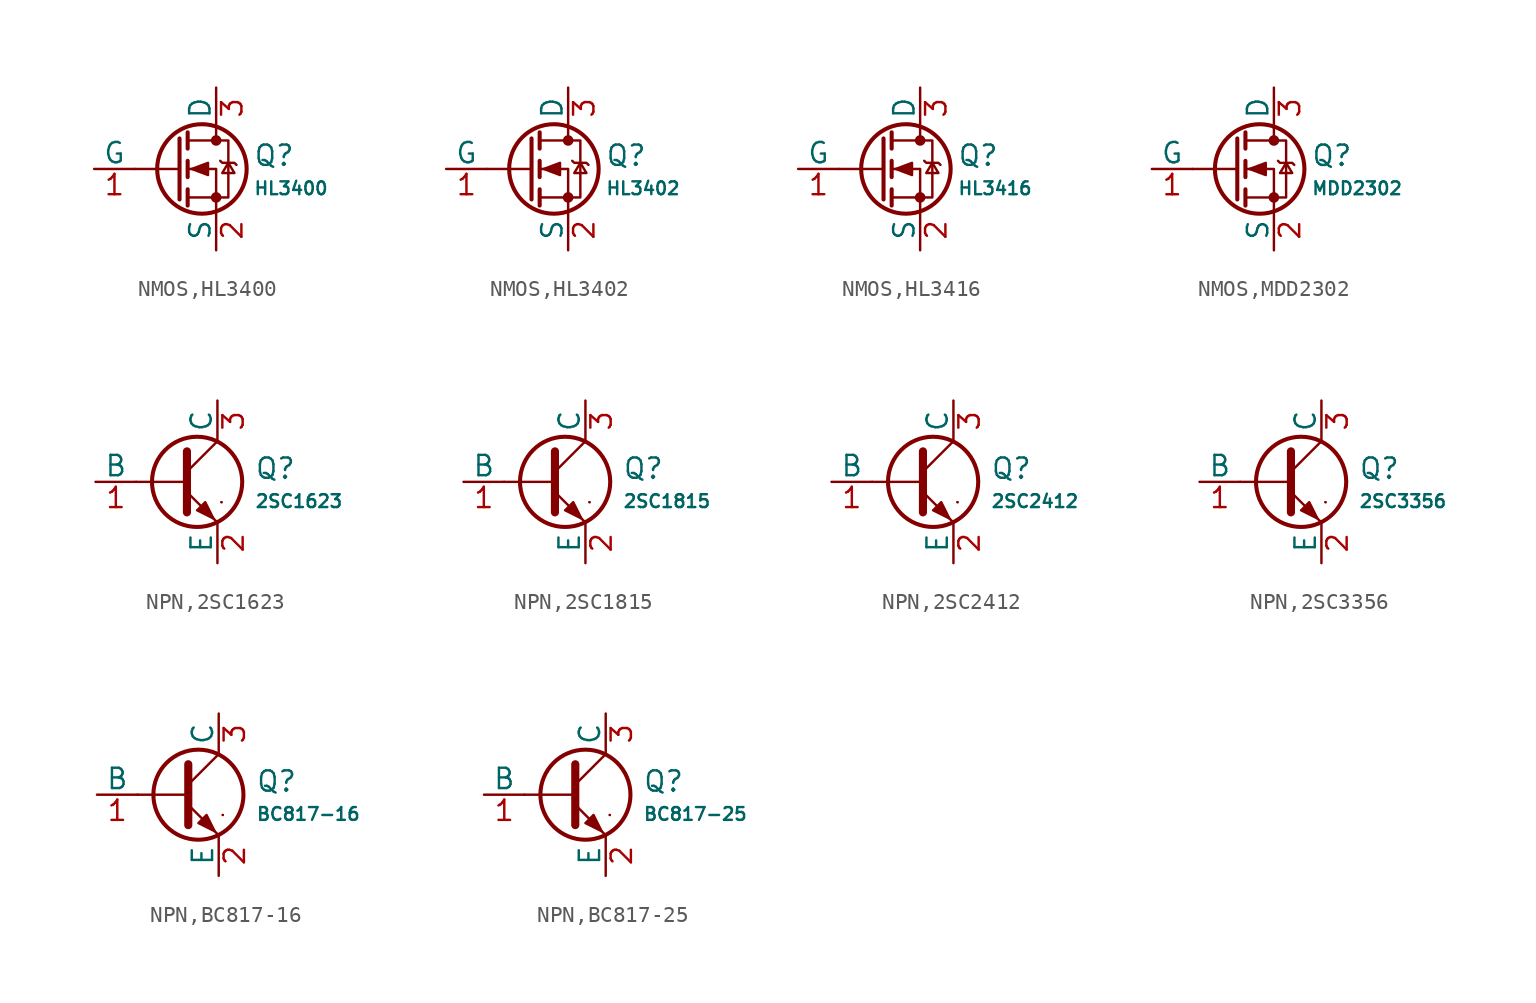
<source format=kicad_sym>
(kicad_symbol_lib
  (version 20231120)
  (generator "CDFER")
  (generator_version "8.0")
  (symbol "NMOS,HL3400"
    (pin_names
      (offset 0))
    (property "Reference" "Q"
      (at 4.851 0.834 0)
      (effects (font (size 1.27 1.27)) (justify left)))
    (property "Value" "HL3400"
      (at 4.851 -1.212 0)
      (effects (font (size 0.8 0.8)) (justify left)))
    (symbol "NMOS,HL3400_0_1"
      (polyline (pts (xy 0.254 0) (xy -2.54 0)) (stroke (width 0) (type default)) (fill (type none)))
      (polyline (pts (xy 0.254 1.905) (xy 0.254 -1.905)) (stroke (width 0.254) (type default)) (fill (type none)))
      (polyline (pts (xy 0.762 -1.27) (xy 0.762 -2.286)) (stroke (width 0.254) (type default)) (fill (type none)))
      (polyline (pts (xy 0.762 0.508) (xy 0.762 -0.508)) (stroke (width 0.254) (type default)) (fill (type none)))
      (polyline (pts (xy 0.762 2.286) (xy 0.762 1.27)) (stroke (width 0.254) (type default)) (fill (type none)))
      (polyline (pts (xy 2.54 2.54) (xy 2.54 1.778)) (stroke (width 0) (type default)) (fill (type none)))
      (polyline (pts (xy 2.54 -2.54) (xy 2.54 0) (xy 0.762 0)) (stroke (width 0) (type default)) (fill (type none)))
      (polyline (pts (xy 0.762 -1.778) (xy 3.302 -1.778) (xy 3.302 1.778) (xy 0.762 1.778)) (stroke (width 0) (type default)) (fill (type none)))
      (polyline (pts (xy 1.016 0) (xy 2.032 0.381) (xy 2.032 -0.381) (xy 1.016 0)) (stroke (width 0) (type default)) (fill (type outline)))
      (polyline (pts (xy 2.794 0.508) (xy 2.921 0.381) (xy 3.683 0.381) (xy 3.81 0.254)) (stroke (width 0) (type default)) (fill (type none)))
      (polyline (pts (xy 3.302 0.381) (xy 2.921 -0.254) (xy 3.683 -0.254) (xy 3.302 0.381)) (stroke (width 0) (type default)) (fill (type none)))
      (circle (center 1.651 0) (radius 2.794) (stroke (width 0.254) (type default)) (fill (type none)))
      (circle (center 2.54 -1.778) (radius 0.254) (stroke (width 0) (type default)) (fill (type outline)))
      (circle (center 2.54 1.778) (radius 0.254) (stroke (width 0) (type default)) (fill (type outline))))
    (symbol "NMOS,HL3400_1_1"
      (pin passive line (at 2.54 5.08 270) (length 2.54) (name "D" (effects (font (size 1.27 1.27)))) (number "3" (effects (font (size 1.27 1.27)))))
      (pin input line (at -5.08 0 0) (length 2.54) (name "G" (effects (font (size 1.27 1.27)))) (number "1" (effects (font (size 1.27 1.27)))))
      (pin passive line (at 2.54 -5.08 90) (length 2.54) (name "S" (effects (font (size 1.27 1.27)))) (number "2" (effects (font (size 1.27 1.27)))))))
  (symbol "NMOS,HL3402"
    (pin_names
      (offset 0))
    (property "Reference" "Q"
      (at 4.851 0.834 0)
      (effects (font (size 1.27 1.27)) (justify left)))
    (property "Value" "HL3402"
      (at 4.851 -1.212 0)
      (effects (font (size 0.8 0.8)) (justify left)))
    (symbol "NMOS,HL3402_0_1"
      (polyline (pts (xy 0.254 0) (xy -2.54 0)) (stroke (width 0) (type default)) (fill (type none)))
      (polyline (pts (xy 0.254 1.905) (xy 0.254 -1.905)) (stroke (width 0.254) (type default)) (fill (type none)))
      (polyline (pts (xy 0.762 -1.27) (xy 0.762 -2.286)) (stroke (width 0.254) (type default)) (fill (type none)))
      (polyline (pts (xy 0.762 0.508) (xy 0.762 -0.508)) (stroke (width 0.254) (type default)) (fill (type none)))
      (polyline (pts (xy 0.762 2.286) (xy 0.762 1.27)) (stroke (width 0.254) (type default)) (fill (type none)))
      (polyline (pts (xy 2.54 2.54) (xy 2.54 1.778)) (stroke (width 0) (type default)) (fill (type none)))
      (polyline (pts (xy 2.54 -2.54) (xy 2.54 0) (xy 0.762 0)) (stroke (width 0) (type default)) (fill (type none)))
      (polyline (pts (xy 0.762 -1.778) (xy 3.302 -1.778) (xy 3.302 1.778) (xy 0.762 1.778)) (stroke (width 0) (type default)) (fill (type none)))
      (polyline (pts (xy 1.016 0) (xy 2.032 0.381) (xy 2.032 -0.381) (xy 1.016 0)) (stroke (width 0) (type default)) (fill (type outline)))
      (polyline (pts (xy 2.794 0.508) (xy 2.921 0.381) (xy 3.683 0.381) (xy 3.81 0.254)) (stroke (width 0) (type default)) (fill (type none)))
      (polyline (pts (xy 3.302 0.381) (xy 2.921 -0.254) (xy 3.683 -0.254) (xy 3.302 0.381)) (stroke (width 0) (type default)) (fill (type none)))
      (circle (center 1.651 0) (radius 2.794) (stroke (width 0.254) (type default)) (fill (type none)))
      (circle (center 2.54 -1.778) (radius 0.254) (stroke (width 0) (type default)) (fill (type outline)))
      (circle (center 2.54 1.778) (radius 0.254) (stroke (width 0) (type default)) (fill (type outline))))
    (symbol "NMOS,HL3402_1_1"
      (pin passive line (at 2.54 5.08 270) (length 2.54) (name "D" (effects (font (size 1.27 1.27)))) (number "3" (effects (font (size 1.27 1.27)))))
      (pin input line (at -5.08 0 0) (length 2.54) (name "G" (effects (font (size 1.27 1.27)))) (number "1" (effects (font (size 1.27 1.27)))))
      (pin passive line (at 2.54 -5.08 90) (length 2.54) (name "S" (effects (font (size 1.27 1.27)))) (number "2" (effects (font (size 1.27 1.27)))))))
  (symbol "NMOS,HL3416"
    (pin_names
      (offset 0))
    (property "Reference" "Q"
      (at 4.851 0.834 0)
      (effects (font (size 1.27 1.27)) (justify left)))
    (property "Value" "HL3416"
      (at 4.851 -1.212 0)
      (effects (font (size 0.8 0.8)) (justify left)))
    (symbol "NMOS,HL3416_0_1"
      (polyline (pts (xy 0.254 0) (xy -2.54 0)) (stroke (width 0) (type default)) (fill (type none)))
      (polyline (pts (xy 0.254 1.905) (xy 0.254 -1.905)) (stroke (width 0.254) (type default)) (fill (type none)))
      (polyline (pts (xy 0.762 -1.27) (xy 0.762 -2.286)) (stroke (width 0.254) (type default)) (fill (type none)))
      (polyline (pts (xy 0.762 0.508) (xy 0.762 -0.508)) (stroke (width 0.254) (type default)) (fill (type none)))
      (polyline (pts (xy 0.762 2.286) (xy 0.762 1.27)) (stroke (width 0.254) (type default)) (fill (type none)))
      (polyline (pts (xy 2.54 2.54) (xy 2.54 1.778)) (stroke (width 0) (type default)) (fill (type none)))
      (polyline (pts (xy 2.54 -2.54) (xy 2.54 0) (xy 0.762 0)) (stroke (width 0) (type default)) (fill (type none)))
      (polyline (pts (xy 0.762 -1.778) (xy 3.302 -1.778) (xy 3.302 1.778) (xy 0.762 1.778)) (stroke (width 0) (type default)) (fill (type none)))
      (polyline (pts (xy 1.016 0) (xy 2.032 0.381) (xy 2.032 -0.381) (xy 1.016 0)) (stroke (width 0) (type default)) (fill (type outline)))
      (polyline (pts (xy 2.794 0.508) (xy 2.921 0.381) (xy 3.683 0.381) (xy 3.81 0.254)) (stroke (width 0) (type default)) (fill (type none)))
      (polyline (pts (xy 3.302 0.381) (xy 2.921 -0.254) (xy 3.683 -0.254) (xy 3.302 0.381)) (stroke (width 0) (type default)) (fill (type none)))
      (circle (center 1.651 0) (radius 2.794) (stroke (width 0.254) (type default)) (fill (type none)))
      (circle (center 2.54 -1.778) (radius 0.254) (stroke (width 0) (type default)) (fill (type outline)))
      (circle (center 2.54 1.778) (radius 0.254) (stroke (width 0) (type default)) (fill (type outline))))
    (symbol "NMOS,HL3416_1_1"
      (pin passive line (at 2.54 5.08 270) (length 2.54) (name "D" (effects (font (size 1.27 1.27)))) (number "3" (effects (font (size 1.27 1.27)))))
      (pin input line (at -5.08 0 0) (length 2.54) (name "G" (effects (font (size 1.27 1.27)))) (number "1" (effects (font (size 1.27 1.27)))))
      (pin passive line (at 2.54 -5.08 90) (length 2.54) (name "S" (effects (font (size 1.27 1.27)))) (number "2" (effects (font (size 1.27 1.27)))))))
  (symbol "NMOS,MDD2302"
    (pin_names
      (offset 0))
    (property "Reference" "Q"
      (at 4.851 0.834 0)
      (effects (font (size 1.27 1.27)) (justify left)))
    (property "Value" "MDD2302"
      (at 4.851 -1.212 0)
      (effects (font (size 0.8 0.8)) (justify left)))
    (symbol "NMOS,MDD2302_0_1"
      (polyline (pts (xy 0.254 0) (xy -2.54 0)) (stroke (width 0) (type default)) (fill (type none)))
      (polyline (pts (xy 0.254 1.905) (xy 0.254 -1.905)) (stroke (width 0.254) (type default)) (fill (type none)))
      (polyline (pts (xy 0.762 -1.27) (xy 0.762 -2.286)) (stroke (width 0.254) (type default)) (fill (type none)))
      (polyline (pts (xy 0.762 0.508) (xy 0.762 -0.508)) (stroke (width 0.254) (type default)) (fill (type none)))
      (polyline (pts (xy 0.762 2.286) (xy 0.762 1.27)) (stroke (width 0.254) (type default)) (fill (type none)))
      (polyline (pts (xy 2.54 2.54) (xy 2.54 1.778)) (stroke (width 0) (type default)) (fill (type none)))
      (polyline (pts (xy 2.54 -2.54) (xy 2.54 0) (xy 0.762 0)) (stroke (width 0) (type default)) (fill (type none)))
      (polyline (pts (xy 0.762 -1.778) (xy 3.302 -1.778) (xy 3.302 1.778) (xy 0.762 1.778)) (stroke (width 0) (type default)) (fill (type none)))
      (polyline (pts (xy 1.016 0) (xy 2.032 0.381) (xy 2.032 -0.381) (xy 1.016 0)) (stroke (width 0) (type default)) (fill (type outline)))
      (polyline (pts (xy 2.794 0.508) (xy 2.921 0.381) (xy 3.683 0.381) (xy 3.81 0.254)) (stroke (width 0) (type default)) (fill (type none)))
      (polyline (pts (xy 3.302 0.381) (xy 2.921 -0.254) (xy 3.683 -0.254) (xy 3.302 0.381)) (stroke (width 0) (type default)) (fill (type none)))
      (circle (center 1.651 0) (radius 2.794) (stroke (width 0.254) (type default)) (fill (type none)))
      (circle (center 2.54 -1.778) (radius 0.254) (stroke (width 0) (type default)) (fill (type outline)))
      (circle (center 2.54 1.778) (radius 0.254) (stroke (width 0) (type default)) (fill (type outline))))
    (symbol "NMOS,MDD2302_1_1"
      (pin passive line (at 2.54 5.08 270) (length 2.54) (name "D" (effects (font (size 1.27 1.27)))) (number "3" (effects (font (size 1.27 1.27)))))
      (pin input line (at -5.08 0 0) (length 2.54) (name "G" (effects (font (size 1.27 1.27)))) (number "1" (effects (font (size 1.27 1.27)))))
      (pin passive line (at 2.54 -5.08 90) (length 2.54) (name "S" (effects (font (size 1.27 1.27)))) (number "2" (effects (font (size 1.27 1.27)))))))
  (symbol "NPN,2SC1623"
    (pin_names
      (offset 0))
    (property "Reference" "Q"
      (at 4.851 0.834 0)
      (effects (font (size 1.27 1.27)) (justify left)))
    (property "Value" "2SC1623"
      (at 4.851 -1.212 0)
      (effects (font (size 0.8 0.8)) (justify left)))
    (symbol "NPN,2SC1623_0_1"
      (polyline (pts (xy -2.54 0) (xy 0.635 0)) (stroke (width 0.152) (type default)) (fill (type none)))
      (polyline (pts (xy 0.635 0.635) (xy 2.54 2.54)) (stroke (width 0) (type default)) (fill (type none)))
      (polyline (pts (xy 2.794 -1.27) (xy 2.794 -1.27)) (stroke (width 0.152) (type default)) (fill (type none)))
      (polyline (pts (xy 2.794 -1.27) (xy 2.794 -1.27)) (stroke (width 0.152) (type default)) (fill (type none)))
      (polyline (pts (xy 0.635 -0.635) (xy 2.54 -2.54) (xy 2.54 -2.54)) (stroke (width 0) (type default)) (fill (type none)))
      (polyline (pts (xy 0.635 1.905) (xy 0.635 -1.905) (xy 0.635 -1.905)) (stroke (width 0.508) (type default)) (fill (type none)))
      (polyline (pts (xy 1.27 -1.778) (xy 1.778 -1.27) (xy 2.286 -2.286) (xy 1.27 -1.778) (xy 1.27 -1.778)) (stroke (width 0) (type default)) (fill (type outline)))
      (circle (center 1.27 0) (radius 2.819) (stroke (width 0.254) (type default)) (fill (type none))))
    (symbol "NPN,2SC1623_1_1"
      (pin open_collector line (at 2.54 5.08 270) (length 2.54) (name "C" (effects (font (size 1.27 1.27)))) (number "3" (effects (font (size 1.27 1.27)))))
      (pin input line (at -5.08 0 0) (length 2.54) (name "B" (effects (font (size 1.27 1.27)))) (number "1" (effects (font (size 1.27 1.27)))))
      (pin open_emitter line (at 2.54 -5.08 90) (length 2.54) (name "E" (effects (font (size 1.27 1.27)))) (number "2" (effects (font (size 1.27 1.27)))))))
  (symbol "NPN,2SC1815"
    (pin_names
      (offset 0))
    (property "Reference" "Q"
      (at 4.851 0.834 0)
      (effects (font (size 1.27 1.27)) (justify left)))
    (property "Value" "2SC1815"
      (at 4.851 -1.212 0)
      (effects (font (size 0.8 0.8)) (justify left)))
    (symbol "NPN,2SC1815_0_1"
      (polyline (pts (xy -2.54 0) (xy 0.635 0)) (stroke (width 0.152) (type default)) (fill (type none)))
      (polyline (pts (xy 0.635 0.635) (xy 2.54 2.54)) (stroke (width 0) (type default)) (fill (type none)))
      (polyline (pts (xy 2.794 -1.27) (xy 2.794 -1.27)) (stroke (width 0.152) (type default)) (fill (type none)))
      (polyline (pts (xy 2.794 -1.27) (xy 2.794 -1.27)) (stroke (width 0.152) (type default)) (fill (type none)))
      (polyline (pts (xy 0.635 -0.635) (xy 2.54 -2.54) (xy 2.54 -2.54)) (stroke (width 0) (type default)) (fill (type none)))
      (polyline (pts (xy 0.635 1.905) (xy 0.635 -1.905) (xy 0.635 -1.905)) (stroke (width 0.508) (type default)) (fill (type none)))
      (polyline (pts (xy 1.27 -1.778) (xy 1.778 -1.27) (xy 2.286 -2.286) (xy 1.27 -1.778) (xy 1.27 -1.778)) (stroke (width 0) (type default)) (fill (type outline)))
      (circle (center 1.27 0) (radius 2.819) (stroke (width 0.254) (type default)) (fill (type none))))
    (symbol "NPN,2SC1815_1_1"
      (pin open_collector line (at 2.54 5.08 270) (length 2.54) (name "C" (effects (font (size 1.27 1.27)))) (number "3" (effects (font (size 1.27 1.27)))))
      (pin input line (at -5.08 0 0) (length 2.54) (name "B" (effects (font (size 1.27 1.27)))) (number "1" (effects (font (size 1.27 1.27)))))
      (pin open_emitter line (at 2.54 -5.08 90) (length 2.54) (name "E" (effects (font (size 1.27 1.27)))) (number "2" (effects (font (size 1.27 1.27)))))))
  (symbol "NPN,2SC2412"
    (pin_names
      (offset 0))
    (property "Reference" "Q"
      (at 4.851 0.834 0)
      (effects (font (size 1.27 1.27)) (justify left)))
    (property "Value" "2SC2412"
      (at 4.851 -1.212 0)
      (effects (font (size 0.8 0.8)) (justify left)))
    (symbol "NPN,2SC2412_0_1"
      (polyline (pts (xy -2.54 0) (xy 0.635 0)) (stroke (width 0.152) (type default)) (fill (type none)))
      (polyline (pts (xy 0.635 0.635) (xy 2.54 2.54)) (stroke (width 0) (type default)) (fill (type none)))
      (polyline (pts (xy 2.794 -1.27) (xy 2.794 -1.27)) (stroke (width 0.152) (type default)) (fill (type none)))
      (polyline (pts (xy 2.794 -1.27) (xy 2.794 -1.27)) (stroke (width 0.152) (type default)) (fill (type none)))
      (polyline (pts (xy 0.635 -0.635) (xy 2.54 -2.54) (xy 2.54 -2.54)) (stroke (width 0) (type default)) (fill (type none)))
      (polyline (pts (xy 0.635 1.905) (xy 0.635 -1.905) (xy 0.635 -1.905)) (stroke (width 0.508) (type default)) (fill (type none)))
      (polyline (pts (xy 1.27 -1.778) (xy 1.778 -1.27) (xy 2.286 -2.286) (xy 1.27 -1.778) (xy 1.27 -1.778)) (stroke (width 0) (type default)) (fill (type outline)))
      (circle (center 1.27 0) (radius 2.819) (stroke (width 0.254) (type default)) (fill (type none))))
    (symbol "NPN,2SC2412_1_1"
      (pin open_collector line (at 2.54 5.08 270) (length 2.54) (name "C" (effects (font (size 1.27 1.27)))) (number "3" (effects (font (size 1.27 1.27)))))
      (pin input line (at -5.08 0 0) (length 2.54) (name "B" (effects (font (size 1.27 1.27)))) (number "1" (effects (font (size 1.27 1.27)))))
      (pin open_emitter line (at 2.54 -5.08 90) (length 2.54) (name "E" (effects (font (size 1.27 1.27)))) (number "2" (effects (font (size 1.27 1.27)))))))
  (symbol "NPN,2SC3356"
    (pin_names
      (offset 0))
    (property "Reference" "Q"
      (at 4.851 0.834 0)
      (effects (font (size 1.27 1.27)) (justify left)))
    (property "Value" "2SC3356"
      (at 4.851 -1.212 0)
      (effects (font (size 0.8 0.8)) (justify left)))
    (symbol "NPN,2SC3356_0_1"
      (polyline (pts (xy -2.54 0) (xy 0.635 0)) (stroke (width 0.152) (type default)) (fill (type none)))
      (polyline (pts (xy 0.635 0.635) (xy 2.54 2.54)) (stroke (width 0) (type default)) (fill (type none)))
      (polyline (pts (xy 2.794 -1.27) (xy 2.794 -1.27)) (stroke (width 0.152) (type default)) (fill (type none)))
      (polyline (pts (xy 2.794 -1.27) (xy 2.794 -1.27)) (stroke (width 0.152) (type default)) (fill (type none)))
      (polyline (pts (xy 0.635 -0.635) (xy 2.54 -2.54) (xy 2.54 -2.54)) (stroke (width 0) (type default)) (fill (type none)))
      (polyline (pts (xy 0.635 1.905) (xy 0.635 -1.905) (xy 0.635 -1.905)) (stroke (width 0.508) (type default)) (fill (type none)))
      (polyline (pts (xy 1.27 -1.778) (xy 1.778 -1.27) (xy 2.286 -2.286) (xy 1.27 -1.778) (xy 1.27 -1.778)) (stroke (width 0) (type default)) (fill (type outline)))
      (circle (center 1.27 0) (radius 2.819) (stroke (width 0.254) (type default)) (fill (type none))))
    (symbol "NPN,2SC3356_1_1"
      (pin open_collector line (at 2.54 5.08 270) (length 2.54) (name "C" (effects (font (size 1.27 1.27)))) (number "3" (effects (font (size 1.27 1.27)))))
      (pin input line (at -5.08 0 0) (length 2.54) (name "B" (effects (font (size 1.27 1.27)))) (number "1" (effects (font (size 1.27 1.27)))))
      (pin open_emitter line (at 2.54 -5.08 90) (length 2.54) (name "E" (effects (font (size 1.27 1.27)))) (number "2" (effects (font (size 1.27 1.27)))))))
  (symbol "NPN,BC817-16"
    (pin_names
      (offset 0))
    (property "Reference" "Q"
      (at 4.851 0.834 0)
      (effects (font (size 1.27 1.27)) (justify left)))
    (property "Value" "BC817-16"
      (at 4.851 -1.212 0)
      (effects (font (size 0.8 0.8)) (justify left)))
    (symbol "NPN,BC817-16_0_1"
      (polyline (pts (xy -2.54 0) (xy 0.635 0)) (stroke (width 0.152) (type default)) (fill (type none)))
      (polyline (pts (xy 0.635 0.635) (xy 2.54 2.54)) (stroke (width 0) (type default)) (fill (type none)))
      (polyline (pts (xy 2.794 -1.27) (xy 2.794 -1.27)) (stroke (width 0.152) (type default)) (fill (type none)))
      (polyline (pts (xy 2.794 -1.27) (xy 2.794 -1.27)) (stroke (width 0.152) (type default)) (fill (type none)))
      (polyline (pts (xy 0.635 -0.635) (xy 2.54 -2.54) (xy 2.54 -2.54)) (stroke (width 0) (type default)) (fill (type none)))
      (polyline (pts (xy 0.635 1.905) (xy 0.635 -1.905) (xy 0.635 -1.905)) (stroke (width 0.508) (type default)) (fill (type none)))
      (polyline (pts (xy 1.27 -1.778) (xy 1.778 -1.27) (xy 2.286 -2.286) (xy 1.27 -1.778) (xy 1.27 -1.778)) (stroke (width 0) (type default)) (fill (type outline)))
      (circle (center 1.27 0) (radius 2.819) (stroke (width 0.254) (type default)) (fill (type none))))
    (symbol "NPN,BC817-16_1_1"
      (pin open_collector line (at 2.54 5.08 270) (length 2.54) (name "C" (effects (font (size 1.27 1.27)))) (number "3" (effects (font (size 1.27 1.27)))))
      (pin input line (at -5.08 0 0) (length 2.54) (name "B" (effects (font (size 1.27 1.27)))) (number "1" (effects (font (size 1.27 1.27)))))
      (pin open_emitter line (at 2.54 -5.08 90) (length 2.54) (name "E" (effects (font (size 1.27 1.27)))) (number "2" (effects (font (size 1.27 1.27)))))))
  (symbol "NPN,BC817-25"
    (pin_names
      (offset 0))
    (property "Reference" "Q"
      (at 4.851 0.834 0)
      (effects (font (size 1.27 1.27)) (justify left)))
    (property "Value" "BC817-25"
      (at 4.851 -1.212 0)
      (effects (font (size 0.8 0.8)) (justify left)))
    (symbol "NPN,BC817-25_0_1"
      (polyline (pts (xy -2.54 0) (xy 0.635 0)) (stroke (width 0.152) (type default)) (fill (type none)))
      (polyline (pts (xy 0.635 0.635) (xy 2.54 2.54)) (stroke (width 0) (type default)) (fill (type none)))
      (polyline (pts (xy 2.794 -1.27) (xy 2.794 -1.27)) (stroke (width 0.152) (type default)) (fill (type none)))
      (polyline (pts (xy 2.794 -1.27) (xy 2.794 -1.27)) (stroke (width 0.152) (type default)) (fill (type none)))
      (polyline (pts (xy 0.635 -0.635) (xy 2.54 -2.54) (xy 2.54 -2.54)) (stroke (width 0) (type default)) (fill (type none)))
      (polyline (pts (xy 0.635 1.905) (xy 0.635 -1.905) (xy 0.635 -1.905)) (stroke (width 0.508) (type default)) (fill (type none)))
      (polyline (pts (xy 1.27 -1.778) (xy 1.778 -1.27) (xy 2.286 -2.286) (xy 1.27 -1.778) (xy 1.27 -1.778)) (stroke (width 0) (type default)) (fill (type outline)))
      (circle (center 1.27 0) (radius 2.819) (stroke (width 0.254) (type default)) (fill (type none))))
    (symbol "NPN,BC817-25_1_1"
      (pin open_collector line (at 2.54 5.08 270) (length 2.54) (name "C" (effects (font (size 1.27 1.27)))) (number "3" (effects (font (size 1.27 1.27)))))
      (pin input line (at -5.08 0 0) (length 2.54) (name "B" (effects (font (size 1.27 1.27)))) (number "1" (effects (font (size 1.27 1.27)))))
      (pin open_emitter line (at 2.54 -5.08 90) (length 2.54) (name "E" (effects (font (size 1.27 1.27)))) (number "2" (effects (font (size 1.27 1.27))))))))
</source>
